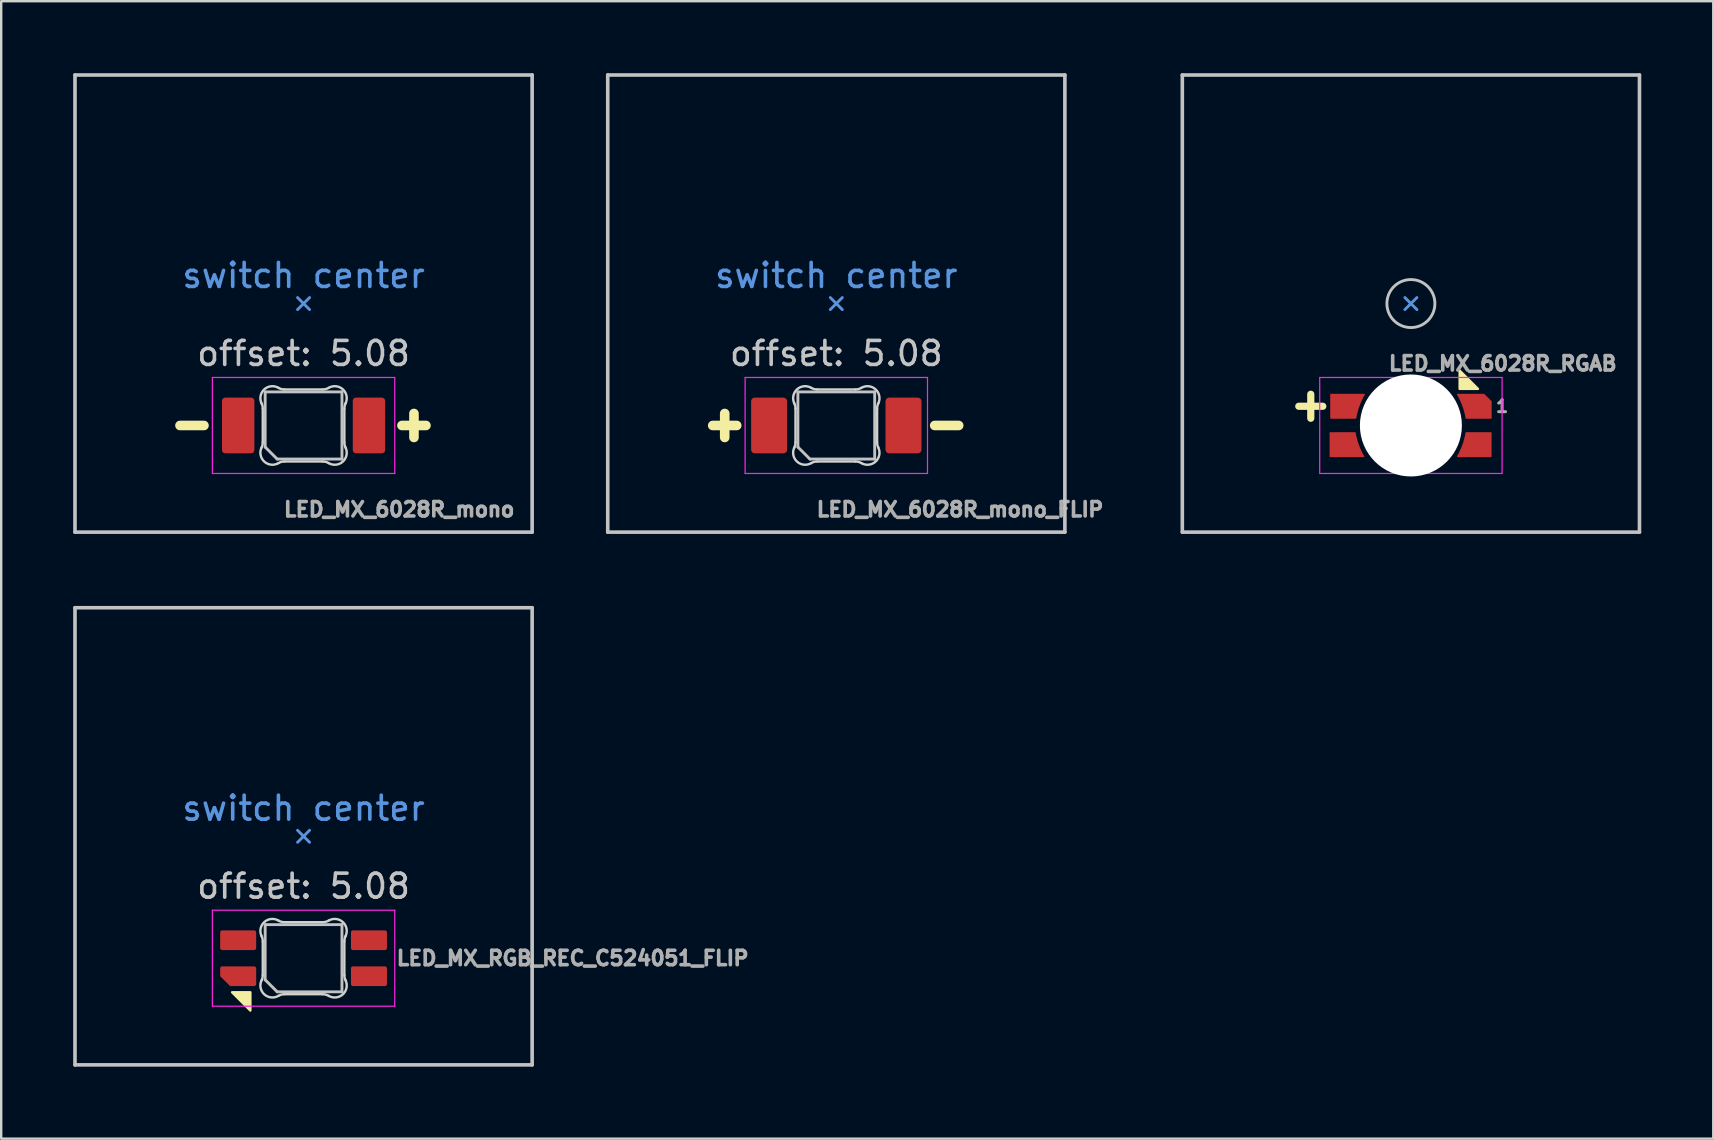
<source format=kicad_pcb>
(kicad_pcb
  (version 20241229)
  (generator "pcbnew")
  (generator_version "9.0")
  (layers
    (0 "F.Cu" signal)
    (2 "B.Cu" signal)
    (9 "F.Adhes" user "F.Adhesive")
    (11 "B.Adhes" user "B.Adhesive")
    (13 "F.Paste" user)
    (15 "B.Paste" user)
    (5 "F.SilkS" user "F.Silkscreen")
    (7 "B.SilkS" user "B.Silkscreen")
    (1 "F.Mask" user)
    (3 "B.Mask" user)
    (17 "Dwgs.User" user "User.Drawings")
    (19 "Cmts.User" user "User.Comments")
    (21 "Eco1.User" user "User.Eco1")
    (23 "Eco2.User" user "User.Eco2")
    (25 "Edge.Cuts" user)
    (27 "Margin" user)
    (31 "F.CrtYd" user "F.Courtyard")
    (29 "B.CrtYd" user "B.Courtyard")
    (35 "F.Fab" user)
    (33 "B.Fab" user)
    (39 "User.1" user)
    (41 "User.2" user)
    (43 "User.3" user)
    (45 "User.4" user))
  (footprint "LED_MX_6028R_mono_FLIP"
    (layer "F.Cu")
    (at 31.8 14.68)
    (property "Reference" "LED_MX_6028R_mono_FLIP" (at -0.9 3.5 0) (layer "F.Fab") (effects (font (size 0.6 0.6) (thickness 0.15)) (justify left)))
    (attr smd)
    (fp_line (start -5.15 0.000003) (end -4.15 0.000003) (stroke (width 0.4) (type solid)) (layer "F.SilkS"))
    (fp_line (start -4.65 -0.5) (end -4.65 0.5) (stroke (width 0.4) (type solid)) (layer "F.SilkS"))
    (fp_line (start 4.1 0.000003) (end 5.1 0.000003) (stroke (width 0.4) (type solid)) (layer "F.SilkS"))
    (fp_line (start -9.525 -14.605) (end -9.525 4.445) (stroke (width 0.15) (type solid)) (layer "Dwgs.User"))
    (fp_line (start -9.525 4.445) (end 9.525 4.445) (stroke (width 0.15) (type solid)) (layer "Dwgs.User"))
    (fp_line (start -1.6 -1.4) (end 1.6 -1.4) (stroke (width 0.12) (type solid)) (layer "Dwgs.User"))
    (fp_line (start -1.6 0.9) (end -1.6 -1.4) (stroke (width 0.12) (type solid)) (layer "Dwgs.User"))
    (fp_line (start -1.6 0.9) (end -1.1 1.4) (stroke (width 0.12) (type solid)) (layer "Dwgs.User"))
    (fp_line (start 1.6 -1.4) (end 1.6 1.4) (stroke (width 0.12) (type solid)) (layer "Dwgs.User"))
    (fp_line (start 1.6 1.4) (end -1.1 1.4) (stroke (width 0.12) (type solid)) (layer "Dwgs.User"))
    (fp_line (start 9.525 -14.605) (end -9.525 -14.605) (stroke (width 0.15) (type solid)) (layer "Dwgs.User"))
    (fp_line (start 9.525 4.445) (end 9.525 -14.605) (stroke (width 0.15) (type solid)) (layer "Dwgs.User"))
    (fp_line (start -0.25 -4.83) (end 0 -5.08) (stroke (width 0.12) (type solid)) (layer "Cmts.User"))
    (fp_line (start 0 -5.08) (end -0.25 -5.33) (stroke (width 0.12) (type solid)) (layer "Cmts.User"))
    (fp_line (start 0 -5.08) (end 0.25 -5.33) (stroke (width 0.12) (type solid)) (layer "Cmts.User"))
    (fp_line (start 0.25 -4.83) (end 0 -5.08) (stroke (width 0.12) (type solid)) (layer "Cmts.User"))
    (fp_line (start -1.7 -0.703) (end -1.7 0.703) (stroke (width 0.1) (type solid)) (layer "Edge.Cuts"))
    (fp_line (start -0.794 1.5) (end 0.794 1.5) (stroke (width 0.1) (type solid)) (layer "Edge.Cuts"))
    (fp_line (start 0.794 -1.5) (end -0.794 -1.5) (stroke (width 0.1) (type solid)) (layer "Edge.Cuts"))
    (fp_line (start 1.7 0.703) (end 1.7 -0.703) (stroke (width 0.1) (type solid)) (layer "Edge.Cuts"))
    (fp_arc (start -1.749484 -0.919721) (mid -1.712527 -0.814069) (end -1.699999 -0.702844) (stroke (width 0.1) (type solid)) (layer "Edge.Cuts"))
    (fp_arc (start -1.749484 -0.919721) (mid -1.638071 -1.504036) (end -1.046711 -1.568299) (stroke (width 0.1) (type solid)) (layer "Edge.Cuts"))
    (fp_arc (start -1.699999 0.702841) (mid -1.712527 0.814067) (end -1.749484 0.919719) (stroke (width 0.1) (type solid)) (layer "Edge.Cuts"))
    (fp_arc (start -1.046711 1.568298) (mid -1.638072 1.504034) (end -1.749484 0.919718) (stroke (width 0.1) (type solid)) (layer "Edge.Cuts"))
    (fp_arc (start -1.046711 1.568298) (mid -0.925123 1.517376) (end -0.794452 1.499999) (stroke (width 0.1) (type solid)) (layer "Edge.Cuts"))
    (fp_arc (start -0.794453 -1.5) (mid -0.925123 -1.517377) (end -1.046711 -1.568299) (stroke (width 0.1) (type solid)) (layer "Edge.Cuts"))
    (fp_arc (start 0.794452 1.499999) (mid 0.925122 1.517376) (end 1.04671 1.568298) (stroke (width 0.1) (type solid)) (layer "Edge.Cuts"))
    (fp_arc (start 1.046711 -1.5683) (mid 0.925123 -1.517378) (end 0.794453 -1.500001) (stroke (width 0.1) (type solid)) (layer "Edge.Cuts"))
    (fp_arc (start 1.046711 -1.5683) (mid 1.638071 -1.504036) (end 1.749484 -0.919721) (stroke (width 0.1) (type solid)) (layer "Edge.Cuts"))
    (fp_arc (start 1.699999 -0.702843) (mid 1.712527 -0.814069) (end 1.749484 -0.919721) (stroke (width 0.1) (type solid)) (layer "Edge.Cuts"))
    (fp_arc (start 1.749484 0.919719) (mid 1.63807 1.504033) (end 1.046711 1.568296) (stroke (width 0.1) (type solid)) (layer "Edge.Cuts"))
    (fp_arc (start 1.749484 0.919719) (mid 1.712527 0.814067) (end 1.699999 0.702842) (stroke (width 0.1) (type solid)) (layer "Edge.Cuts"))
    (fp_line (start -3.8 -2) (end 3.8 -2) (stroke (width 0.05) (type solid)) (layer "F.CrtYd"))
    (fp_line (start -3.8 2) (end -3.8 -2) (stroke (width 0.05) (type solid)) (layer "F.CrtYd"))
    (fp_line (start 3.8 -2) (end 3.8 2) (stroke (width 0.05) (type solid)) (layer "F.CrtYd"))
    (fp_line (start 3.8 2) (end -3.8 2) (stroke (width 0.05) (type solid)) (layer "F.CrtYd"))
    (fp_text user "offset: 5.08" (at 0 -3 0) (layer "Dwgs.User") (effects (font (size 1 1) (thickness 0.15))))
    (fp_text user "switch center" (at 0 -6.25 0) (layer "Cmts.User") (effects (font (size 1 1) (thickness 0.15))))
    (pad "1" smd roundrect (at 2.8 0 90) (size 2.32 1.5) (layers "F.Cu" "F.Mask" "F.Paste") (roundrect_rratio 0.1))
    (pad "2" smd roundrect (at -2.8 0.000003 90) (size 2.32 1.5) (layers "F.Cu" "F.Mask" "F.Paste") (roundrect_rratio 0.1)))
  (footprint "LED_MX_6028R_RGAB"
    (layer "F.Cu")
    (at 55.744 9.6)
    (property "Reference" "LED_MX_6028R_RGAB" (at -1 2.5 0) (layer "F.Fab") (effects (font (size 0.6 0.6) (thickness 0.15)) (justify left)))
    (attr smd)
    (fp_line (start -4.672 4.28) (end -3.672 4.28) (stroke (width 0.3) (type solid)) (layer "F.SilkS"))
    (fp_line (start -4.172 3.78) (end -4.172 4.78) (stroke (width 0.3) (type solid)) (layer "F.SilkS"))
    (fp_poly (pts (xy 2.794 3.556) (xy 2.032 3.556) (xy 2.032 2.794)) (stroke (width 0.1) (type solid)) (fill yes) (layer "F.SilkS"))
    (fp_line (start -9.525 -9.525) (end -9.525 9.525) (stroke (width 0.15) (type solid)) (layer "Dwgs.User"))
    (fp_line (start -9.525 9.525) (end 9.525 9.525) (stroke (width 0.15) (type solid)) (layer "Dwgs.User"))
    (fp_line (start 9.525 -9.525) (end -9.525 -9.525) (stroke (width 0.15) (type solid)) (layer "Dwgs.User"))
    (fp_line (start 9.525 9.525) (end 9.525 -9.525) (stroke (width 0.15) (type solid)) (layer "Dwgs.User"))
    (fp_circle (center 0 0) (end 0 -1) (stroke (width 0.12) (type solid)) (fill no) (layer "Dwgs.User"))
    (fp_line (start -0.25 0.25) (end 0 0) (stroke (width 0.12) (type solid)) (layer "Cmts.User"))
    (fp_line (start 0 0) (end -0.25 -0.25) (stroke (width 0.12) (type solid)) (layer "Cmts.User"))
    (fp_line (start 0 0) (end 0.25 -0.25) (stroke (width 0.12) (type solid)) (layer "Cmts.User"))
    (fp_line (start 0.25 0.25) (end 0 0) (stroke (width 0.12) (type solid)) (layer "Cmts.User"))
    (fp_line (start -3.8 3.08) (end 3.8 3.08) (stroke (width 0.05) (type solid)) (layer "F.CrtYd"))
    (fp_line (start -3.8 7.08) (end -3.8 3.08) (stroke (width 0.05) (type solid)) (layer "F.CrtYd"))
    (fp_line (start 3.8 3.08) (end 3.8 7.08) (stroke (width 0.05) (type solid)) (layer "F.CrtYd"))
    (fp_line (start 3.8 7.08) (end -3.8 7.08) (stroke (width 0.05) (type solid)) (layer "F.CrtYd"))
    (fp_text user "1" (at 3.8 4.28 0) (layer "F.Fab") (effects (font (size 0.5 0.5) (thickness 0.125))))
    (pad "" np_thru_hole circle (at 0 5.08 180) (size 4.25 4.25) (drill 4.25) (layers "*.Cu" "*.Mask"))
    (pad "1" smd custom (at 2.645 4.28 180) (size 0.5 0.5) (layers "F.Cu" "F.Mask" "F.Paste") (options (anchor circle)) (primitives (gr_arc (start 0.706153 0.492388) (mid 0.481509 0.01235) (end 0.345871 -0.5) (width 0.04)) (gr_line (start 0.34 -0.5) (end -0.7 -0.5) (width 0.04)) (gr_line (start -0.7 0.2) (end -0.7 -0.5) (width 0.04)) (gr_poly (pts (xy -0.4 0.5) (xy 0.68 0.5) (xy 0.425 -0.075) (xy 0.325 -0.5) (xy -0.7 -0.5) (xy -0.7 0.2)) (width 0.04) (fill yes)) (gr_line (start 0.7 0.5) (end -0.4 0.5) (width 0.04)) (gr_line (start -0.4 0.5) (end -0.7 0.2) (width 0.04))))
    (pad "2" smd custom (at 2.642 5.88) (size 0.5 0.5) (layers "F.Cu" "F.Mask" "F.Paste") (options (anchor circle)) (primitives (gr_arc (start -0.345871 -0.5) (mid -0.48063 0.009921) (end -0.703558 0.48792) (width 0.04)) (gr_line (start 0.7 -0.5) (end -0.34 -0.5) (width 0.04)) (gr_line (start 0.7 -0.5) (end 0.7 0.5) (width 0.04)) (gr_poly (pts (xy 0.7 0.5) (xy -0.68 0.5) (xy -0.425 -0.075) (xy -0.325 -0.5) (xy 0.7 -0.5)) (width 0.04) (fill yes)) (gr_line (start 0.7 0.5) (end -0.7 0.5) (width 0.04))))
    (pad "3" smd custom (at -2.667 5.88) (size 0.5 0.5) (layers "F.Cu" "F.Mask" "F.Paste") (options (anchor circle)) (primitives (gr_arc (start 0.706153 0.492388) (mid 0.481509 0.01235) (end 0.345871 -0.5) (width 0.04)) (gr_line (start 0.34 -0.5) (end -0.7 -0.5) (width 0.04)) (gr_line (start -0.7 0.5) (end -0.7 -0.5) (width 0.04)) (gr_poly (pts (xy -0.7 0.5) (xy 0.68 0.5) (xy 0.425 -0.075) (xy 0.325 -0.5) (xy -0.7 -0.5)) (width 0.04) (fill yes)) (gr_line (start 0.7 0.5) (end -0.7 0.5) (width 0.04))))
    (pad "4" smd custom (at -2.642 4.28 180) (size 0.5 0.5) (layers "F.Cu" "F.Mask" "F.Paste") (options (anchor circle)) (primitives (gr_arc (start -0.345871 -0.5) (mid -0.48063 0.009921) (end -0.703558 0.48792) (width 0.04)) (gr_line (start 0.7 -0.5) (end -0.34 -0.5) (width 0.04)) (gr_line (start 0.7 -0.5) (end 0.7 0.5) (width 0.04)) (gr_poly (pts (xy 0.7 0.5) (xy -0.68 0.5) (xy -0.425 -0.075) (xy -0.325 -0.5) (xy 0.7 -0.5)) (width 0.04) (fill yes)) (gr_line (start 0.7 0.5) (end -0.7 0.5) (width 0.04)))))
  (footprint "LED_MX_6028R_mono"
    (layer "F.Cu")
    (at 9.6 14.68)
    (property "Reference" "LED_MX_6028R_mono" (at -0.9 3.5 0) (layer "F.Fab") (effects (font (size 0.6 0.6) (thickness 0.15)) (justify left)))
    (attr smd)
    (fp_line (start -5.15 0.000003) (end -4.15 0.000003) (stroke (width 0.4) (type solid)) (layer "F.SilkS"))
    (fp_line (start 4.1 0.000003) (end 5.1 0.000003) (stroke (width 0.4) (type solid)) (layer "F.SilkS"))
    (fp_line (start 4.6 -0.5) (end 4.6 0.5) (stroke (width 0.4) (type solid)) (layer "F.SilkS"))
    (fp_line (start -9.525 -14.605) (end -9.525 4.445) (stroke (width 0.15) (type solid)) (layer "Dwgs.User"))
    (fp_line (start -9.525 4.445) (end 9.525 4.445) (stroke (width 0.15) (type solid)) (layer "Dwgs.User"))
    (fp_line (start -1.6 -1.4) (end 1.6 -1.4) (stroke (width 0.12) (type solid)) (layer "Dwgs.User"))
    (fp_line (start -1.6 0.9) (end -1.6 -1.4) (stroke (width 0.12) (type solid)) (layer "Dwgs.User"))
    (fp_line (start -1.6 0.9) (end -1.1 1.4) (stroke (width 0.12) (type solid)) (layer "Dwgs.User"))
    (fp_line (start 1.6 -1.4) (end 1.6 1.4) (stroke (width 0.12) (type solid)) (layer "Dwgs.User"))
    (fp_line (start 1.6 1.4) (end -1.1 1.4) (stroke (width 0.12) (type solid)) (layer "Dwgs.User"))
    (fp_line (start 9.525 -14.605) (end -9.525 -14.605) (stroke (width 0.15) (type solid)) (layer "Dwgs.User"))
    (fp_line (start 9.525 4.445) (end 9.525 -14.605) (stroke (width 0.15) (type solid)) (layer "Dwgs.User"))
    (fp_line (start -0.25 -4.83) (end 0 -5.08) (stroke (width 0.12) (type solid)) (layer "Cmts.User"))
    (fp_line (start 0 -5.08) (end -0.25 -5.33) (stroke (width 0.12) (type solid)) (layer "Cmts.User"))
    (fp_line (start 0 -5.08) (end 0.25 -5.33) (stroke (width 0.12) (type solid)) (layer "Cmts.User"))
    (fp_line (start 0.25 -4.83) (end 0 -5.08) (stroke (width 0.12) (type solid)) (layer "Cmts.User"))
    (fp_line (start -1.7 -0.703) (end -1.7 0.703) (stroke (width 0.1) (type solid)) (layer "Edge.Cuts"))
    (fp_line (start -0.794 1.5) (end 0.794 1.5) (stroke (width 0.1) (type solid)) (layer "Edge.Cuts"))
    (fp_line (start 0.794 -1.5) (end -0.794 -1.5) (stroke (width 0.1) (type solid)) (layer "Edge.Cuts"))
    (fp_line (start 1.7 0.703) (end 1.7 -0.703) (stroke (width 0.1) (type solid)) (layer "Edge.Cuts"))
    (fp_arc (start -1.749484 -0.919721) (mid -1.712527 -0.814069) (end -1.699999 -0.702844) (stroke (width 0.1) (type solid)) (layer "Edge.Cuts"))
    (fp_arc (start -1.749484 -0.919721) (mid -1.638071 -1.504036) (end -1.046711 -1.568299) (stroke (width 0.1) (type solid)) (layer "Edge.Cuts"))
    (fp_arc (start -1.699999 0.702841) (mid -1.712527 0.814067) (end -1.749484 0.919719) (stroke (width 0.1) (type solid)) (layer "Edge.Cuts"))
    (fp_arc (start -1.046711 1.568298) (mid -1.638072 1.504034) (end -1.749484 0.919718) (stroke (width 0.1) (type solid)) (layer "Edge.Cuts"))
    (fp_arc (start -1.046711 1.568298) (mid -0.925123 1.517376) (end -0.794452 1.499999) (stroke (width 0.1) (type solid)) (layer "Edge.Cuts"))
    (fp_arc (start -0.794453 -1.5) (mid -0.925123 -1.517377) (end -1.046711 -1.568299) (stroke (width 0.1) (type solid)) (layer "Edge.Cuts"))
    (fp_arc (start 0.794452 1.499999) (mid 0.925122 1.517376) (end 1.04671 1.568298) (stroke (width 0.1) (type solid)) (layer "Edge.Cuts"))
    (fp_arc (start 1.046711 -1.5683) (mid 0.925123 -1.517378) (end 0.794453 -1.500001) (stroke (width 0.1) (type solid)) (layer "Edge.Cuts"))
    (fp_arc (start 1.046711 -1.5683) (mid 1.638071 -1.504036) (end 1.749484 -0.919721) (stroke (width 0.1) (type solid)) (layer "Edge.Cuts"))
    (fp_arc (start 1.699999 -0.702843) (mid 1.712527 -0.814069) (end 1.749484 -0.919721) (stroke (width 0.1) (type solid)) (layer "Edge.Cuts"))
    (fp_arc (start 1.749484 0.919719) (mid 1.63807 1.504033) (end 1.046711 1.568296) (stroke (width 0.1) (type solid)) (layer "Edge.Cuts"))
    (fp_arc (start 1.749484 0.919719) (mid 1.712527 0.814067) (end 1.699999 0.702842) (stroke (width 0.1) (type solid)) (layer "Edge.Cuts"))
    (fp_line (start -3.8 -2) (end 3.8 -2) (stroke (width 0.05) (type solid)) (layer "F.CrtYd"))
    (fp_line (start -3.8 2) (end -3.8 -2) (stroke (width 0.05) (type solid)) (layer "F.CrtYd"))
    (fp_line (start 3.8 -2) (end 3.8 2) (stroke (width 0.05) (type solid)) (layer "F.CrtYd"))
    (fp_line (start 3.8 2) (end -3.8 2) (stroke (width 0.05) (type solid)) (layer "F.CrtYd"))
    (fp_text user "offset: 5.08" (at 0 -3 0) (layer "Dwgs.User") (effects (font (size 1 1) (thickness 0.15))))
    (fp_text user "switch center" (at 0 -6.25 0) (layer "Cmts.User") (effects (font (size 1 1) (thickness 0.15))))
    (pad "1" smd roundrect (at -2.725 0.000003 90) (size 2.32 1.35) (layers "F.Cu" "F.Mask" "F.Paste") (roundrect_rratio 0.1))
    (pad "2" smd roundrect (at 2.725 0 90) (size 2.32 1.35) (layers "F.Cu" "F.Mask" "F.Paste") (roundrect_rratio 0.1)))
  (footprint "LED_MX_RGB_REC_C524051_FLIP"
    (layer "F.Cu")
    (at 9.6 36.88)
    (property "Reference" "LED_MX_RGB_REC_C524051_FLIP" (at 3.8 0 0) (layer "F.Fab") (effects (font (size 0.6 0.6) (thickness 0.15)) (justify left)))
    (attr smd)
    (fp_poly (pts (xy -2.979 1.42) (xy -2.217 1.42) (xy -2.217 2.182)) (stroke (width 0.1) (type solid)) (fill yes) (layer "F.SilkS"))
    (fp_line (start -9.525 -14.605) (end -9.525 4.445) (stroke (width 0.15) (type solid)) (layer "Dwgs.User"))
    (fp_line (start -9.525 4.445) (end 9.525 4.445) (stroke (width 0.15) (type solid)) (layer "Dwgs.User"))
    (fp_line (start -1.6 -1.4) (end 1.6 -1.4) (stroke (width 0.12) (type solid)) (layer "Dwgs.User"))
    (fp_line (start -1.6 0.9) (end -1.6 -1.4) (stroke (width 0.12) (type solid)) (layer "Dwgs.User"))
    (fp_line (start -1.6 0.9) (end -1.1 1.4) (stroke (width 0.12) (type solid)) (layer "Dwgs.User"))
    (fp_line (start 1.6 -1.4) (end 1.6 1.4) (stroke (width 0.12) (type solid)) (layer "Dwgs.User"))
    (fp_line (start 1.6 1.4) (end -1.1 1.4) (stroke (width 0.12) (type solid)) (layer "Dwgs.User"))
    (fp_line (start 9.525 -14.605) (end -9.525 -14.605) (stroke (width 0.15) (type solid)) (layer "Dwgs.User"))
    (fp_line (start 9.525 4.445) (end 9.525 -14.605) (stroke (width 0.15) (type solid)) (layer "Dwgs.User"))
    (fp_line (start -0.25 -4.83) (end 0 -5.08) (stroke (width 0.12) (type solid)) (layer "Cmts.User"))
    (fp_line (start 0 -5.08) (end -0.25 -5.33) (stroke (width 0.12) (type solid)) (layer "Cmts.User"))
    (fp_line (start 0 -5.08) (end 0.25 -5.33) (stroke (width 0.12) (type solid)) (layer "Cmts.User"))
    (fp_line (start 0.25 -4.83) (end 0 -5.08) (stroke (width 0.12) (type solid)) (layer "Cmts.User"))
    (fp_line (start -1.7 -0.703) (end -1.7 0.703) (stroke (width 0.1) (type solid)) (layer "Edge.Cuts"))
    (fp_line (start -0.794 1.5) (end 0.794 1.5) (stroke (width 0.1) (type solid)) (layer "Edge.Cuts"))
    (fp_line (start 0.794 -1.5) (end -0.794 -1.5) (stroke (width 0.1) (type solid)) (layer "Edge.Cuts"))
    (fp_line (start 1.7 0.703) (end 1.7 -0.703) (stroke (width 0.1) (type solid)) (layer "Edge.Cuts"))
    (fp_arc (start -1.749484 -0.919719) (mid -1.712518 -0.814068) (end -1.699999 -0.702842) (stroke (width 0.1) (type solid)) (layer "Edge.Cuts"))
    (fp_arc (start -1.749484 -0.919719) (mid -1.638071 -1.504034) (end -1.046711 -1.568297) (stroke (width 0.1) (type solid)) (layer "Edge.Cuts"))
    (fp_arc (start -1.699999 0.702843) (mid -1.712528 0.814069) (end -1.749484 0.919721) (stroke (width 0.1) (type solid)) (layer "Edge.Cuts"))
    (fp_arc (start -1.046711 1.5683) (mid -1.638071 1.504037) (end -1.749484 0.91972) (stroke (width 0.1) (type solid)) (layer "Edge.Cuts"))
    (fp_arc (start -1.046711 1.5683) (mid -0.925123 1.517378) (end -0.794452 1.500001) (stroke (width 0.1) (type solid)) (layer "Edge.Cuts"))
    (fp_arc (start -0.794453 -1.499998) (mid -0.925123 -1.517375) (end -1.046711 -1.568297) (stroke (width 0.1) (type solid)) (layer "Edge.Cuts"))
    (fp_arc (start 0.794452 1.500001) (mid 0.925122 1.517378) (end 1.04671 1.5683) (stroke (width 0.1) (type solid)) (layer "Edge.Cuts"))
    (fp_arc (start 1.046711 -1.568298) (mid 0.925123 -1.517376) (end 0.794453 -1.499999) (stroke (width 0.1) (type solid)) (layer "Edge.Cuts"))
    (fp_arc (start 1.046711 -1.568298) (mid 1.638072 -1.504034) (end 1.749484 -0.919719) (stroke (width 0.1) (type solid)) (layer "Edge.Cuts"))
    (fp_arc (start 1.699999 -0.702841) (mid 1.712528 -0.814067) (end 1.749484 -0.919719) (stroke (width 0.1) (type solid)) (layer "Edge.Cuts"))
    (fp_arc (start 1.749484 0.919721) (mid 1.63807 1.504035) (end 1.046711 1.568298) (stroke (width 0.1) (type solid)) (layer "Edge.Cuts"))
    (fp_arc (start 1.749484 0.919721) (mid 1.712519 0.814071) (end 1.699999 0.702844) (stroke (width 0.1) (type solid)) (layer "Edge.Cuts"))
    (fp_line (start -3.8 -2) (end 3.8 -2) (stroke (width 0.05) (type solid)) (layer "F.CrtYd"))
    (fp_line (start -3.8 2) (end -3.8 -2) (stroke (width 0.05) (type solid)) (layer "F.CrtYd"))
    (fp_line (start 3.8 -2) (end 3.8 2) (stroke (width 0.05) (type solid)) (layer "F.CrtYd"))
    (fp_line (start 3.8 2) (end -3.8 2) (stroke (width 0.05) (type solid)) (layer "F.CrtYd"))
    (fp_text user "offset: 5.08" (at 0 -3 0) (layer "Dwgs.User") (effects (font (size 1 1) (thickness 0.15))))
    (fp_text user "switch center" (at 0 -6.25 0) (layer "Cmts.User") (effects (font (size 1 1) (thickness 0.15))))
    (pad "1" smd roundrect (at 2.725 -0.75 90) (size 0.82 1.5) (layers "F.Cu" "F.Mask" "F.Paste") (roundrect_rratio 0.1))
    (pad "2" smd roundrect (at 2.725 0.75 90) (size 0.82 1.5) (layers "F.Cu" "F.Mask" "F.Paste") (roundrect_rratio 0.1))
    (pad "3" smd roundrect (at -2.725 -0.75 90) (size 0.82 1.5) (layers "F.Cu" "F.Mask" "F.Paste") (roundrect_rratio 0.1))
    (pad "4" smd roundrect (at -2.725 0.75 90) (size 0.82 1.5) (layers "F.Cu" "F.Mask" "F.Paste") (roundrect_rratio 0.1) (chamfer_ratio 0.5) (chamfer top_left)))
  (gr_rect
    (start -3 -3)
    (end 68.344 44.4)
    (stroke (width 0.1) (type default))
    (fill no)
    (layer "Edge.Cuts")))
</source>
